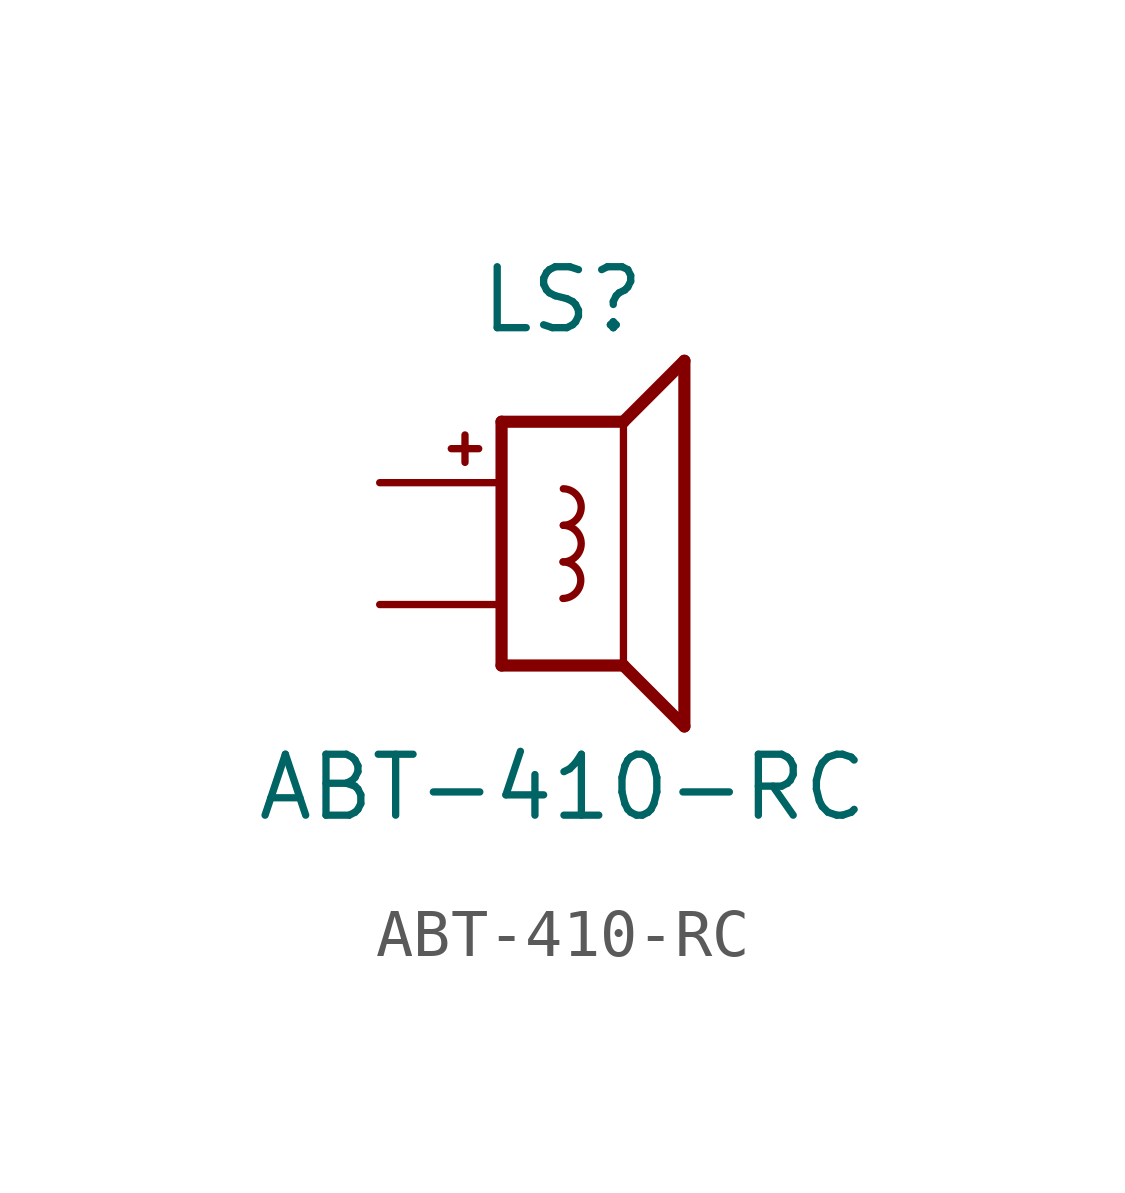
<source format=kicad_sym>
(kicad_symbol_lib
  (version 20231120)
  (generator "kicad_symbol_editor")
  (generator_version "8.0")
  (symbol "ABT-410-RC"
    (pin_numbers hide)
    (pin_names
      (offset 1.016) hide)
    (property "Reference" "LS"
      (at 0 5.08 0)
      (effects (font (size 1.27 1.27))))
    (property "Value" "ABT-410-RC"
      (at 0 -5.08 0)
      (effects (font (size 1.27 1.27))))
    (symbol "ABT-410-RC_0_0"
      (text "+" (at -2.032 2.032 0) (effects (font (size 0.75 0.75)))))
    (symbol "ABT-410-RC_0_1"
      (arc (start 0.0087 -1.143) (mid 0.3811 -0.762) (end 0.0087 -0.381) (stroke (width 0) (type default)) (fill (type none)))
      (arc (start 0.0174 -0.381) (mid 0.3898 0) (end 0.0174 0.381) (stroke (width 0) (type default)) (fill (type none)))
      (arc (start 0.0174 0.381) (mid 0.3898 0.762) (end 0.0174 1.143) (stroke (width 0) (type default)) (fill (type none))))
    (symbol "ABT-410-RC_1_0"
      (polyline (pts (xy -1.27 -2.54) (xy -1.27 2.54)) (stroke (width 0.254) (type default)) (fill (type none)))
      (polyline (pts (xy -1.27 -2.54) (xy 1.27 -2.54)) (stroke (width 0.254) (type default)) (fill (type none)))
      (polyline (pts (xy 1.27 -2.54) (xy 1.27 2.54)) (stroke (width 0.152) (type default)) (fill (type none)))
      (polyline (pts (xy 1.27 2.54) (xy -1.27 2.54)) (stroke (width 0.254) (type default)) (fill (type none)))
      (polyline (pts (xy 1.27 2.54) (xy 2.54 3.81)) (stroke (width 0.254) (type default)) (fill (type none)))
      (polyline (pts (xy 2.54 -3.81) (xy 1.27 -2.54)) (stroke (width 0.254) (type default)) (fill (type none)))
      (polyline (pts (xy 2.54 3.81) (xy 2.54 -3.81)) (stroke (width 0.254) (type default)) (fill (type none))))
    (symbol "ABT-410-RC_1_1"
      (pin passive line (at -3.81 1.27 0) (length 2.54) (name "1" (effects (font (size 1.27 1.27)))) (number "1" (effects (font (size 1.27 1.27)))))
      (pin passive line (at -3.81 -1.27 0) (length 2.54) (name "2" (effects (font (size 1.27 1.27)))) (number "2" (effects (font (size 1.27 1.27))))))))
</source>
